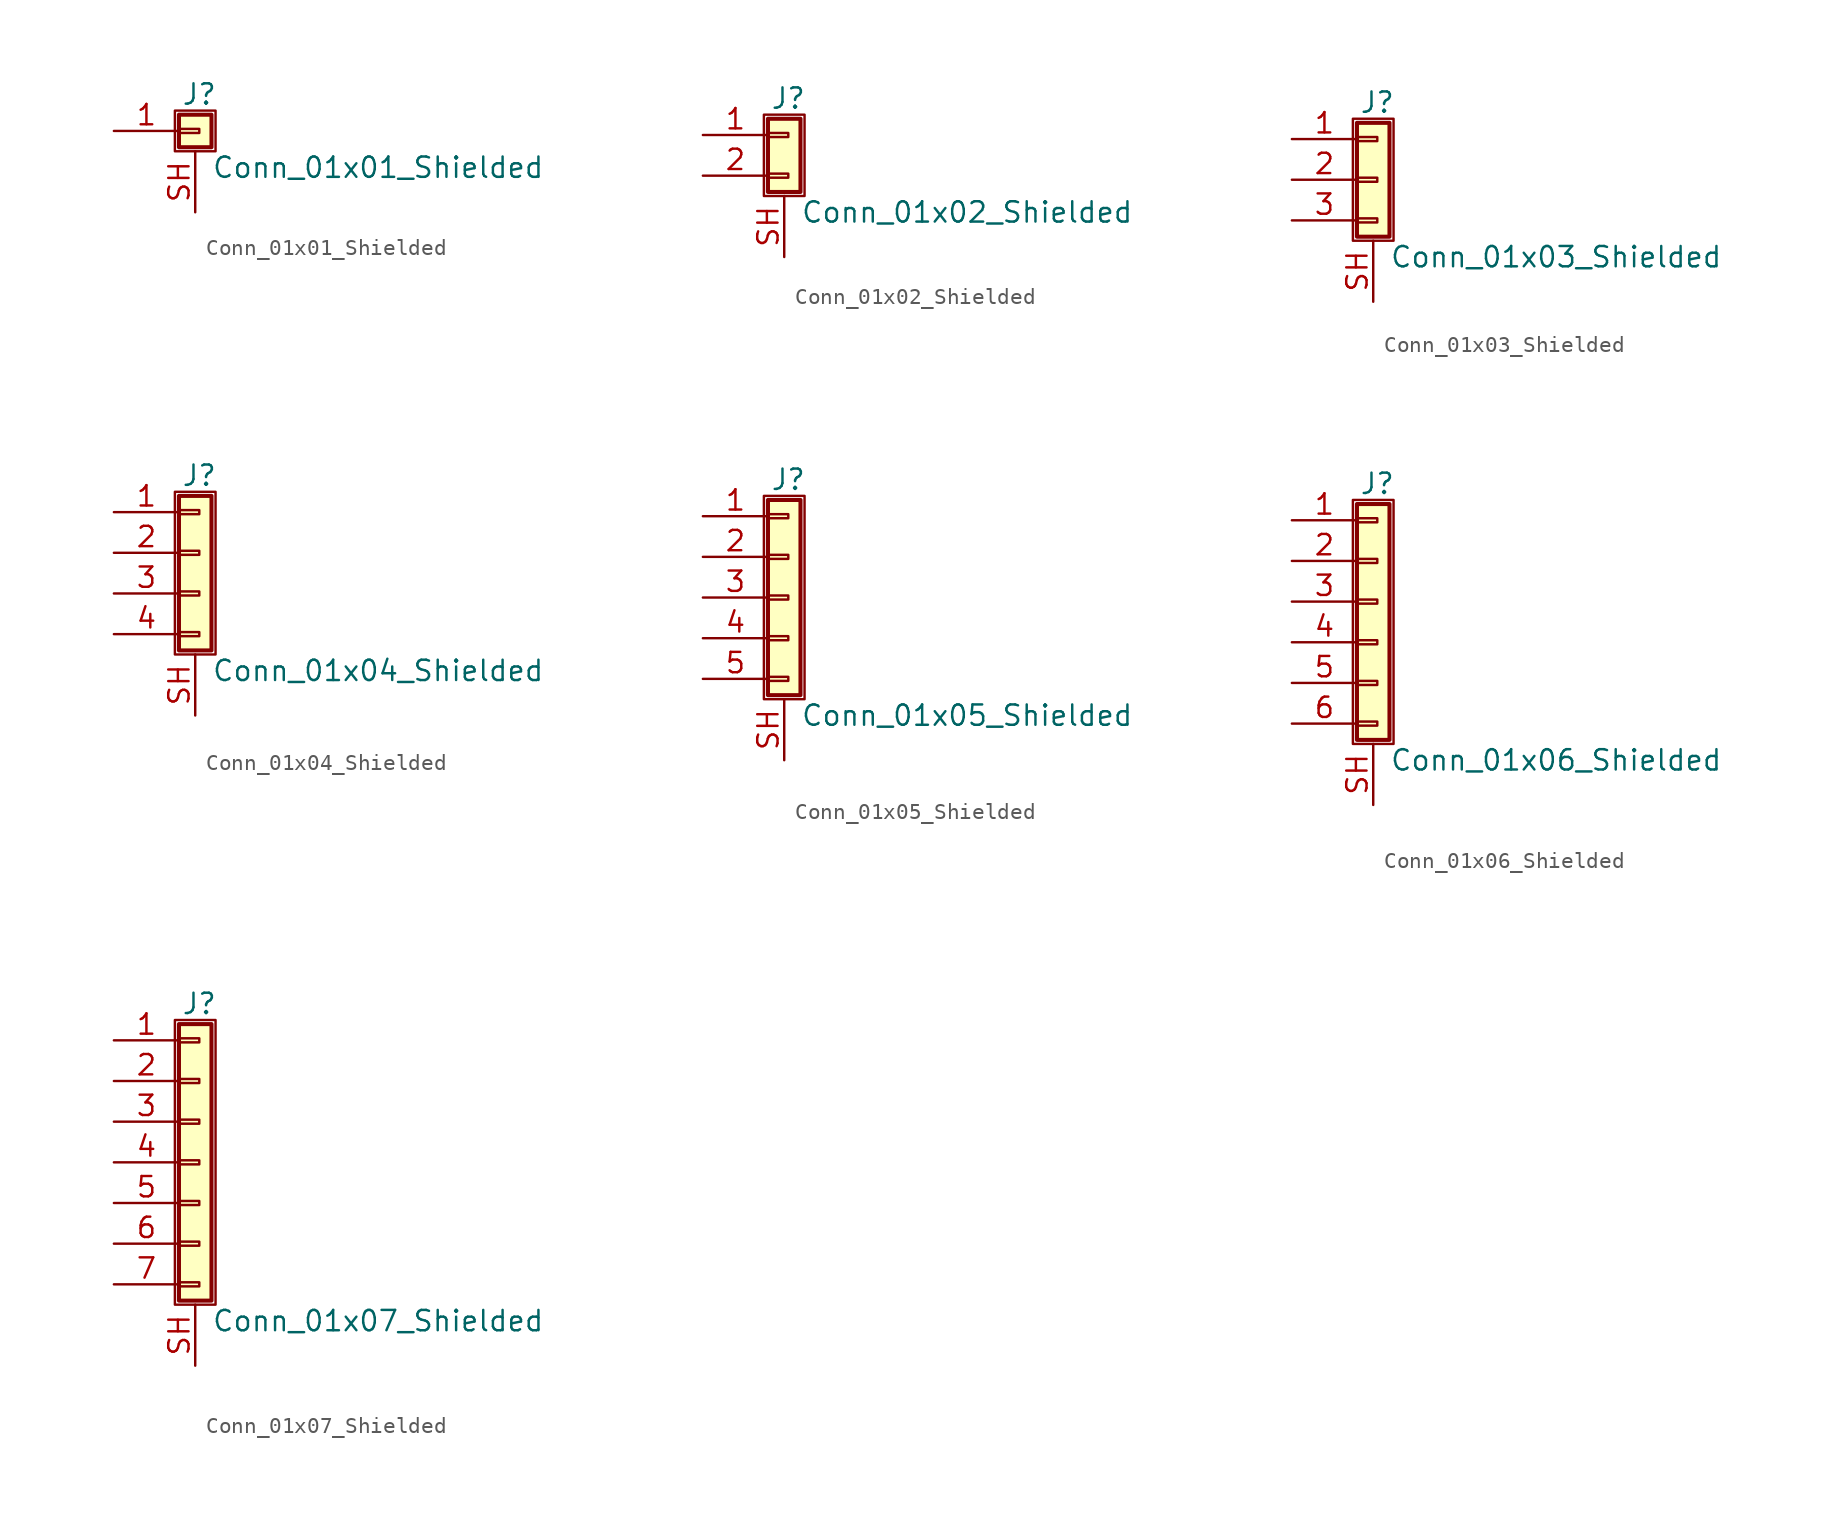
<source format=kicad_sym>
(kicad_symbol_lib
  (version 20201005)
  (generator kicad_symbol_editor)
  (symbol "Connector_Generic_Shielded:Conn_01x01_Shielded"
    (pin_names
      (offset 1.016) hide)
    (property "Reference" "J"
      (at 0.254 2.286 0)
      (effects (font (size 1.27 1.27))))
    (property "Value" "Conn_01x01_Shielded"
      (at 1.016 -2.286 0)
      (effects (font (size 1.27 1.27)) (justify left)))
    (symbol "Conn_01x01_Shielded_1_1"
      (rectangle (start -1.016 1.016) (end 1.016 -1.016) (stroke (width 0.254)) (fill (type background)))
      (rectangle (start -1.016 0.127) (end 0.254 -0.127) (stroke (width 0.152)) (fill (type none)))
      (rectangle (start -1.27 1.27) (end 1.27 -1.27) (stroke (width 0.152)) (fill (type none)))
      (pin passive line (at -5.08 0 0) (length 4.064) (name "Pin_1" (effects (font (size 1.27 1.27)))) (number "1" (effects (font (size 1.27 1.27)))))
      (pin passive line (at 0 -5.08 90) (length 3.81) (name "Shield" (effects (font (size 1.27 1.27)))) (number "SH" (effects (font (size 1.27 1.27)))))))
  (symbol "Connector_Generic_Shielded:Conn_01x02_Shielded"
    (pin_names
      (offset 1.016) hide)
    (property "Reference" "J"
      (at 0.254 2.286 0)
      (effects (font (size 1.27 1.27))))
    (property "Value" "Conn_01x02_Shielded"
      (at 1.016 -4.826 0)
      (effects (font (size 1.27 1.27)) (justify left)))
    (symbol "Conn_01x02_Shielded_1_1"
      (rectangle (start -1.016 -2.413) (end 0.254 -2.667) (stroke (width 0.152)) (fill (type none)))
      (rectangle (start -1.016 1.016) (end 1.016 -3.556) (stroke (width 0.254)) (fill (type background)))
      (rectangle (start -1.016 0.127) (end 0.254 -0.127) (stroke (width 0.152)) (fill (type none)))
      (rectangle (start -1.27 1.27) (end 1.27 -3.81) (stroke (width 0.152)) (fill (type none)))
      (pin passive line (at -5.08 0 0) (length 4.064) (name "Pin_1" (effects (font (size 1.27 1.27)))) (number "1" (effects (font (size 1.27 1.27)))))
      (pin passive line (at -5.08 -2.54 0) (length 4.064) (name "Pin_2" (effects (font (size 1.27 1.27)))) (number "2" (effects (font (size 1.27 1.27)))))
      (pin passive line (at 0 -7.62 90) (length 3.81) (name "Shield" (effects (font (size 1.27 1.27)))) (number "SH" (effects (font (size 1.27 1.27)))))))
  (symbol "Connector_Generic_Shielded:Conn_01x03_Shielded"
    (pin_names
      (offset 1.016) hide)
    (property "Reference" "J"
      (at 0.254 4.826 0)
      (effects (font (size 1.27 1.27))))
    (property "Value" "Conn_01x03_Shielded"
      (at 1.016 -4.826 0)
      (effects (font (size 1.27 1.27)) (justify left)))
    (symbol "Conn_01x03_Shielded_1_1"
      (rectangle (start -1.016 -2.413) (end 0.254 -2.667) (stroke (width 0.152)) (fill (type none)))
      (rectangle (start -1.016 2.667) (end 0.254 2.413) (stroke (width 0.152)) (fill (type none)))
      (rectangle (start -1.016 3.556) (end 1.016 -3.556) (stroke (width 0.254)) (fill (type background)))
      (rectangle (start -1.016 0.127) (end 0.254 -0.127) (stroke (width 0.152)) (fill (type none)))
      (rectangle (start -1.27 3.81) (end 1.27 -3.81) (stroke (width 0.152)) (fill (type none)))
      (pin passive line (at -5.08 2.54 0) (length 4.064) (name "Pin_1" (effects (font (size 1.27 1.27)))) (number "1" (effects (font (size 1.27 1.27)))))
      (pin passive line (at -5.08 0 0) (length 4.064) (name "Pin_2" (effects (font (size 1.27 1.27)))) (number "2" (effects (font (size 1.27 1.27)))))
      (pin passive line (at -5.08 -2.54 0) (length 4.064) (name "Pin_3" (effects (font (size 1.27 1.27)))) (number "3" (effects (font (size 1.27 1.27)))))
      (pin passive line (at 0 -7.62 90) (length 3.81) (name "Shield" (effects (font (size 1.27 1.27)))) (number "SH" (effects (font (size 1.27 1.27)))))))
  (symbol "Connector_Generic_Shielded:Conn_01x04_Shielded"
    (pin_names
      (offset 1.016) hide)
    (property "Reference" "J"
      (at 0.254 4.826 0)
      (effects (font (size 1.27 1.27))))
    (property "Value" "Conn_01x04_Shielded"
      (at 1.016 -7.366 0)
      (effects (font (size 1.27 1.27)) (justify left)))
    (symbol "Conn_01x04_Shielded_1_1"
      (rectangle (start -1.016 -4.953) (end 0.254 -5.207) (stroke (width 0.152)) (fill (type none)))
      (rectangle (start -1.016 -2.413) (end 0.254 -2.667) (stroke (width 0.152)) (fill (type none)))
      (rectangle (start -1.016 2.667) (end 0.254 2.413) (stroke (width 0.152)) (fill (type none)))
      (rectangle (start -1.016 3.556) (end 1.016 -6.096) (stroke (width 0.254)) (fill (type background)))
      (rectangle (start -1.016 0.127) (end 0.254 -0.127) (stroke (width 0.152)) (fill (type none)))
      (rectangle (start -1.27 3.81) (end 1.27 -6.35) (stroke (width 0.152)) (fill (type none)))
      (pin passive line (at -5.08 2.54 0) (length 4.064) (name "Pin_1" (effects (font (size 1.27 1.27)))) (number "1" (effects (font (size 1.27 1.27)))))
      (pin passive line (at -5.08 0 0) (length 4.064) (name "Pin_2" (effects (font (size 1.27 1.27)))) (number "2" (effects (font (size 1.27 1.27)))))
      (pin passive line (at -5.08 -2.54 0) (length 4.064) (name "Pin_3" (effects (font (size 1.27 1.27)))) (number "3" (effects (font (size 1.27 1.27)))))
      (pin passive line (at -5.08 -5.08 0) (length 4.064) (name "Pin_4" (effects (font (size 1.27 1.27)))) (number "4" (effects (font (size 1.27 1.27)))))
      (pin passive line (at 0 -10.16 90) (length 3.81) (name "Shield" (effects (font (size 1.27 1.27)))) (number "SH" (effects (font (size 1.27 1.27)))))))
  (symbol "Connector_Generic_Shielded:Conn_01x05_Shielded"
    (pin_names
      (offset 1.016) hide)
    (property "Reference" "J"
      (at 0.254 7.366 0)
      (effects (font (size 1.27 1.27))))
    (property "Value" "Conn_01x05_Shielded"
      (at 1.016 -7.366 0)
      (effects (font (size 1.27 1.27)) (justify left)))
    (symbol "Conn_01x05_Shielded_1_1"
      (rectangle (start -1.016 -4.953) (end 0.254 -5.207) (stroke (width 0.152)) (fill (type none)))
      (rectangle (start -1.016 -2.413) (end 0.254 -2.667) (stroke (width 0.152)) (fill (type none)))
      (rectangle (start -1.016 2.667) (end 0.254 2.413) (stroke (width 0.152)) (fill (type none)))
      (rectangle (start -1.016 5.207) (end 0.254 4.953) (stroke (width 0.152)) (fill (type none)))
      (rectangle (start -1.016 6.096) (end 1.016 -6.096) (stroke (width 0.254)) (fill (type background)))
      (rectangle (start -1.016 0.127) (end 0.254 -0.127) (stroke (width 0.152)) (fill (type none)))
      (rectangle (start -1.27 6.35) (end 1.27 -6.35) (stroke (width 0.152)) (fill (type none)))
      (pin passive line (at -5.08 5.08 0) (length 4.064) (name "Pin_1" (effects (font (size 1.27 1.27)))) (number "1" (effects (font (size 1.27 1.27)))))
      (pin passive line (at -5.08 2.54 0) (length 4.064) (name "Pin_2" (effects (font (size 1.27 1.27)))) (number "2" (effects (font (size 1.27 1.27)))))
      (pin passive line (at -5.08 0 0) (length 4.064) (name "Pin_3" (effects (font (size 1.27 1.27)))) (number "3" (effects (font (size 1.27 1.27)))))
      (pin passive line (at -5.08 -2.54 0) (length 4.064) (name "Pin_4" (effects (font (size 1.27 1.27)))) (number "4" (effects (font (size 1.27 1.27)))))
      (pin passive line (at -5.08 -5.08 0) (length 4.064) (name "Pin_5" (effects (font (size 1.27 1.27)))) (number "5" (effects (font (size 1.27 1.27)))))
      (pin passive line (at 0 -10.16 90) (length 3.81) (name "Shield" (effects (font (size 1.27 1.27)))) (number "SH" (effects (font (size 1.27 1.27)))))))
  (symbol "Connector_Generic_Shielded:Conn_01x06_Shielded"
    (pin_names
      (offset 1.016) hide)
    (property "Reference" "J"
      (at 0.254 7.366 0)
      (effects (font (size 1.27 1.27))))
    (property "Value" "Conn_01x06_Shielded"
      (at 1.016 -9.906 0)
      (effects (font (size 1.27 1.27)) (justify left)))
    (symbol "Conn_01x06_Shielded_1_1"
      (rectangle (start -1.016 -4.953) (end 0.254 -5.207) (stroke (width 0.152)) (fill (type none)))
      (rectangle (start -1.016 -7.493) (end 0.254 -7.747) (stroke (width 0.152)) (fill (type none)))
      (rectangle (start -1.016 -2.413) (end 0.254 -2.667) (stroke (width 0.152)) (fill (type none)))
      (rectangle (start -1.016 2.667) (end 0.254 2.413) (stroke (width 0.152)) (fill (type none)))
      (rectangle (start -1.016 5.207) (end 0.254 4.953) (stroke (width 0.152)) (fill (type none)))
      (rectangle (start -1.016 6.096) (end 1.016 -8.636) (stroke (width 0.254)) (fill (type background)))
      (rectangle (start -1.016 0.127) (end 0.254 -0.127) (stroke (width 0.152)) (fill (type none)))
      (rectangle (start -1.27 6.35) (end 1.27 -8.89) (stroke (width 0.152)) (fill (type none)))
      (pin passive line (at -5.08 5.08 0) (length 4.064) (name "Pin_1" (effects (font (size 1.27 1.27)))) (number "1" (effects (font (size 1.27 1.27)))))
      (pin passive line (at -5.08 2.54 0) (length 4.064) (name "Pin_2" (effects (font (size 1.27 1.27)))) (number "2" (effects (font (size 1.27 1.27)))))
      (pin passive line (at -5.08 0 0) (length 4.064) (name "Pin_3" (effects (font (size 1.27 1.27)))) (number "3" (effects (font (size 1.27 1.27)))))
      (pin passive line (at -5.08 -2.54 0) (length 4.064) (name "Pin_4" (effects (font (size 1.27 1.27)))) (number "4" (effects (font (size 1.27 1.27)))))
      (pin passive line (at -5.08 -5.08 0) (length 4.064) (name "Pin_5" (effects (font (size 1.27 1.27)))) (number "5" (effects (font (size 1.27 1.27)))))
      (pin passive line (at -5.08 -7.62 0) (length 4.064) (name "Pin_6" (effects (font (size 1.27 1.27)))) (number "6" (effects (font (size 1.27 1.27)))))
      (pin passive line (at 0 -12.7 90) (length 3.81) (name "Shield" (effects (font (size 1.27 1.27)))) (number "SH" (effects (font (size 1.27 1.27)))))))
  (symbol "Connector_Generic_Shielded:Conn_01x07_Shielded"
    (pin_names
      (offset 1.016) hide)
    (property "Reference" "J"
      (at 0.254 9.906 0)
      (effects (font (size 1.27 1.27))))
    (property "Value" "Conn_01x07_Shielded"
      (at 1.016 -9.906 0)
      (effects (font (size 1.27 1.27)) (justify left)))
    (symbol "Conn_01x07_Shielded_1_1"
      (rectangle (start -1.016 -4.953) (end 0.254 -5.207) (stroke (width 0.152)) (fill (type none)))
      (rectangle (start -1.016 -7.493) (end 0.254 -7.747) (stroke (width 0.152)) (fill (type none)))
      (rectangle (start -1.016 -2.413) (end 0.254 -2.667) (stroke (width 0.152)) (fill (type none)))
      (rectangle (start -1.016 2.667) (end 0.254 2.413) (stroke (width 0.152)) (fill (type none)))
      (rectangle (start -1.016 5.207) (end 0.254 4.953) (stroke (width 0.152)) (fill (type none)))
      (rectangle (start -1.016 7.747) (end 0.254 7.493) (stroke (width 0.152)) (fill (type none)))
      (rectangle (start -1.016 8.636) (end 1.016 -8.636) (stroke (width 0.254)) (fill (type background)))
      (rectangle (start -1.016 0.127) (end 0.254 -0.127) (stroke (width 0.152)) (fill (type none)))
      (rectangle (start -1.27 8.89) (end 1.27 -8.89) (stroke (width 0.152)) (fill (type none)))
      (pin passive line (at -5.08 7.62 0) (length 4.064) (name "Pin_1" (effects (font (size 1.27 1.27)))) (number "1" (effects (font (size 1.27 1.27)))))
      (pin passive line (at -5.08 5.08 0) (length 4.064) (name "Pin_2" (effects (font (size 1.27 1.27)))) (number "2" (effects (font (size 1.27 1.27)))))
      (pin passive line (at -5.08 2.54 0) (length 4.064) (name "Pin_3" (effects (font (size 1.27 1.27)))) (number "3" (effects (font (size 1.27 1.27)))))
      (pin passive line (at -5.08 0 0) (length 4.064) (name "Pin_4" (effects (font (size 1.27 1.27)))) (number "4" (effects (font (size 1.27 1.27)))))
      (pin passive line (at -5.08 -2.54 0) (length 4.064) (name "Pin_5" (effects (font (size 1.27 1.27)))) (number "5" (effects (font (size 1.27 1.27)))))
      (pin passive line (at -5.08 -5.08 0) (length 4.064) (name "Pin_6" (effects (font (size 1.27 1.27)))) (number "6" (effects (font (size 1.27 1.27)))))
      (pin passive line (at -5.08 -7.62 0) (length 4.064) (name "Pin_7" (effects (font (size 1.27 1.27)))) (number "7" (effects (font (size 1.27 1.27)))))
      (pin passive line (at 0 -12.7 90) (length 3.81) (name "Shield" (effects (font (size 1.27 1.27)))) (number "SH" (effects (font (size 1.27 1.27))))))))
</source>
